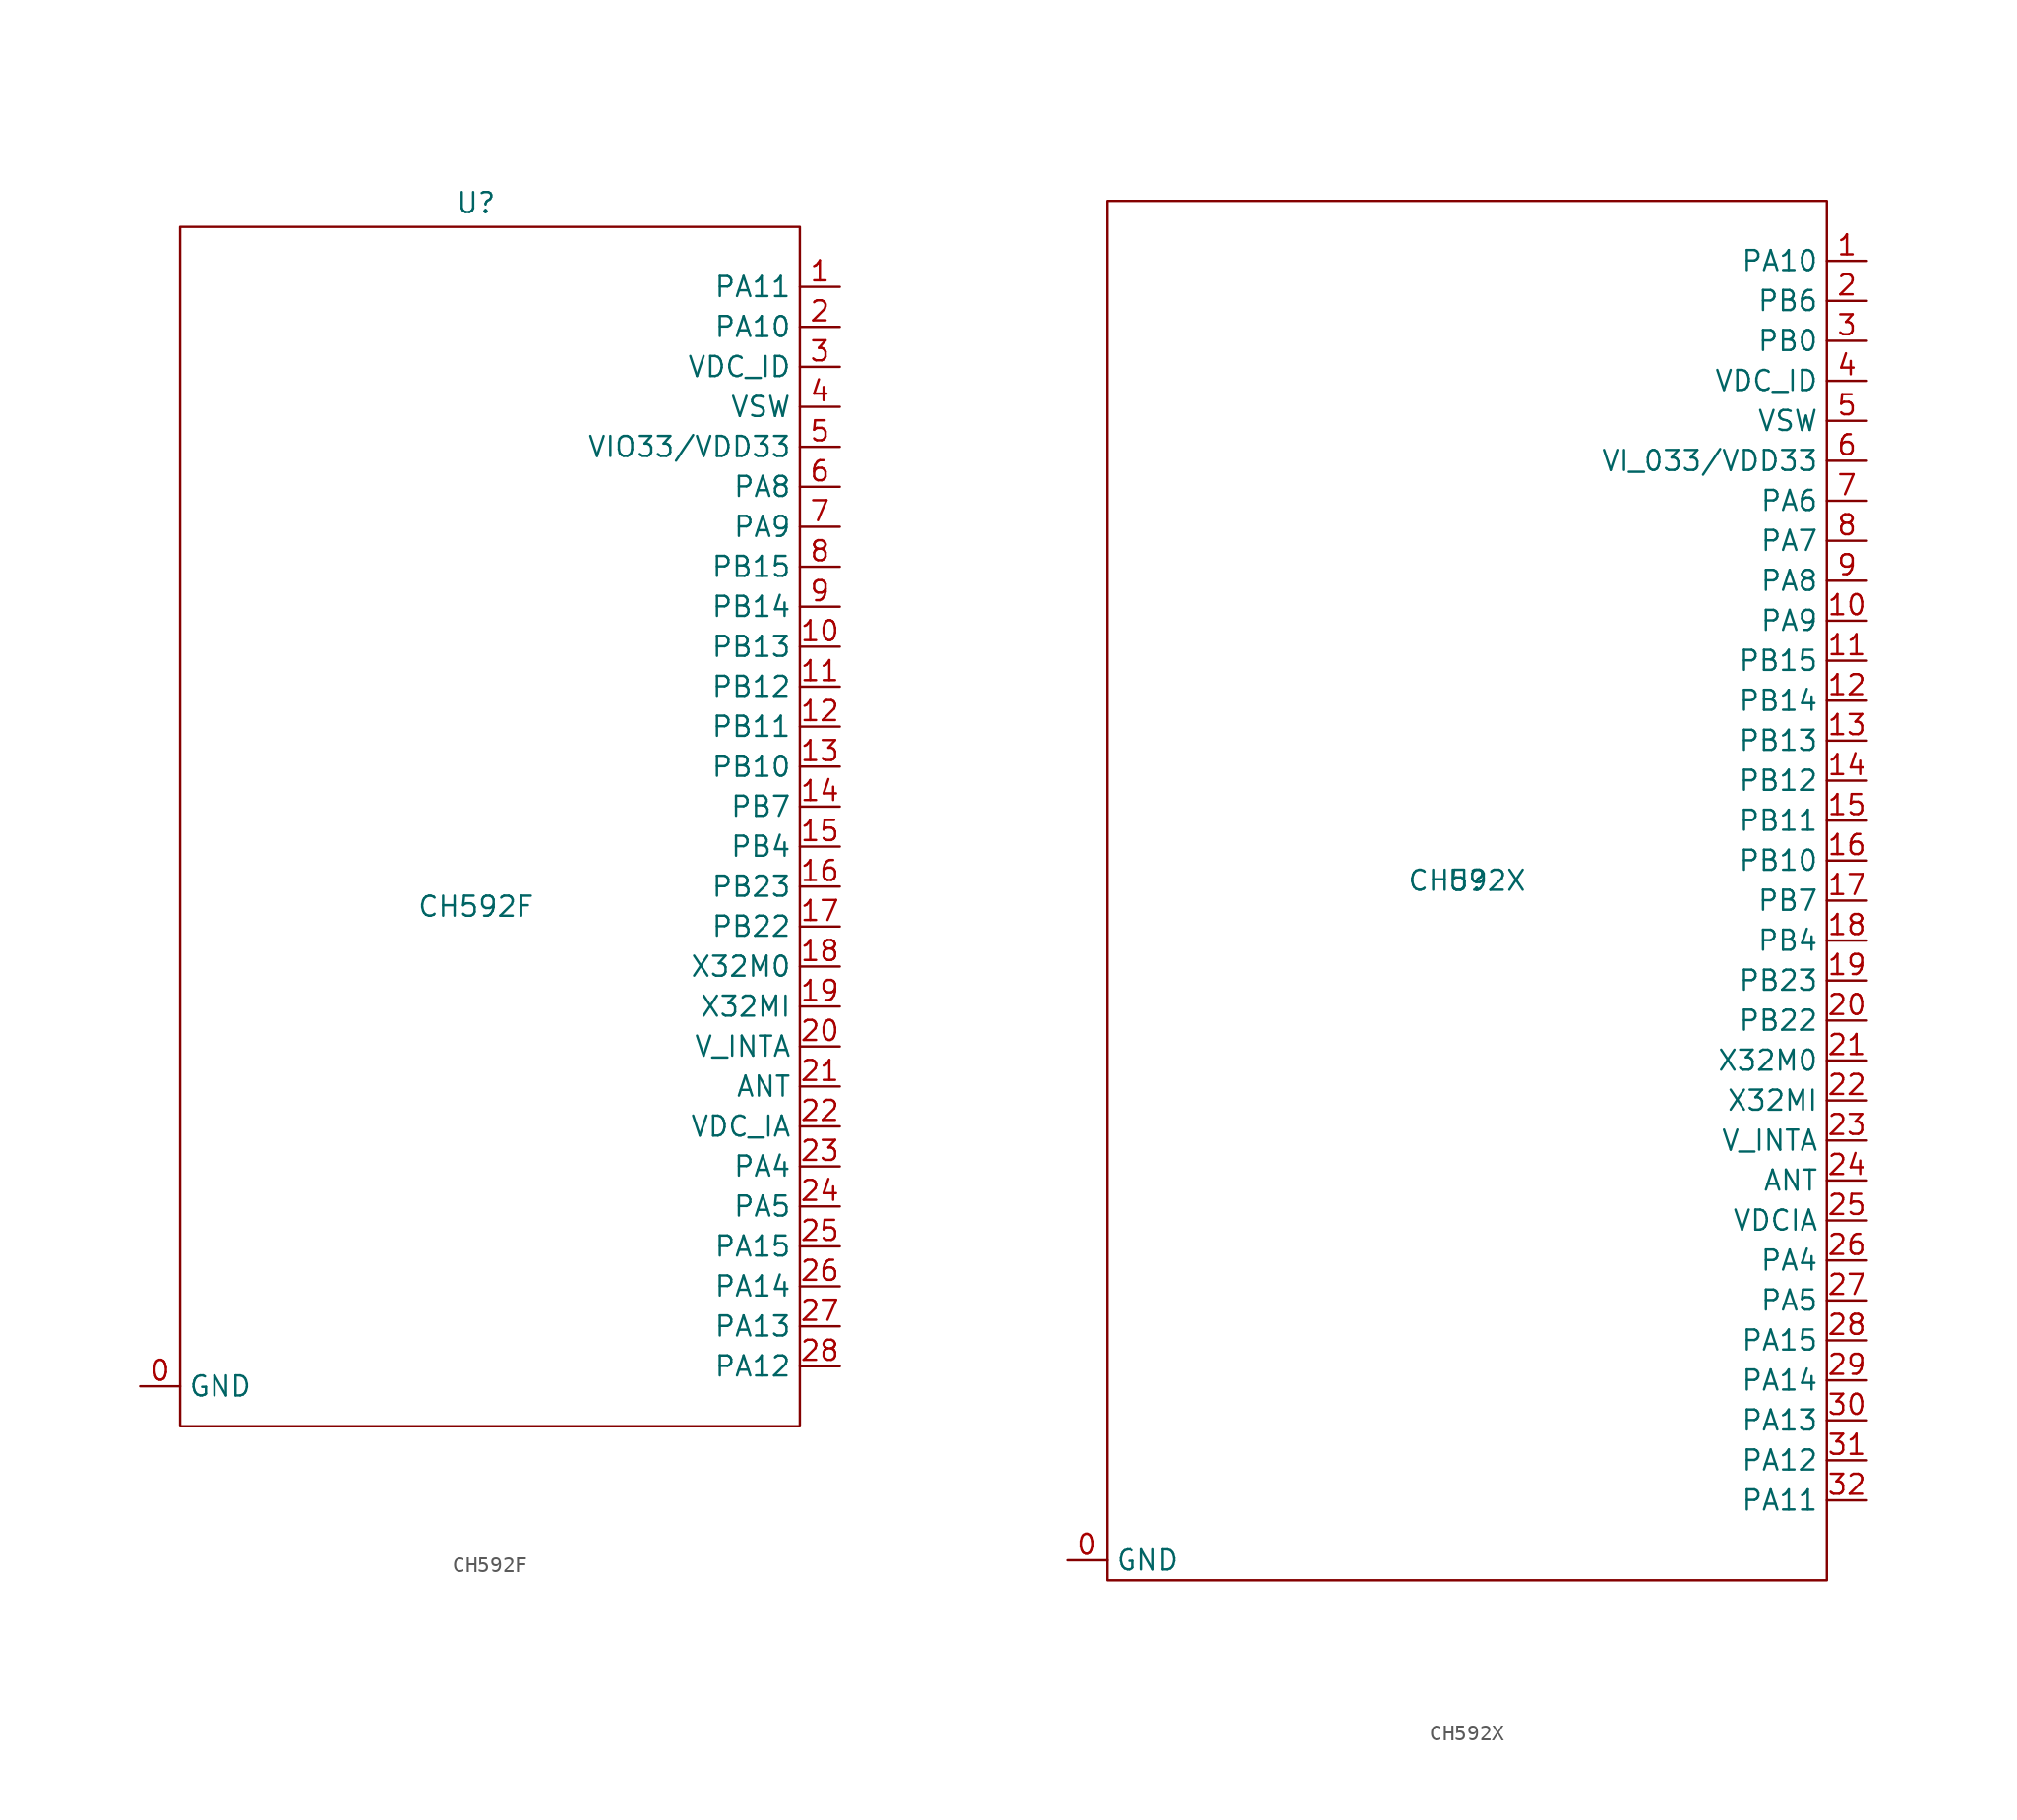
<source format=kicad_sym>
(kicad_symbol_lib
  (version 20231120)
  (generator "kicad_symbol_editor")
  (generator_version "8.0")
  (symbol "CH592F"
    (property "Reference" "U"
      (at -0.254 39.624 0)
      (effects (font (size 1.27 1.27))))
    (property "Value" "CH592F"
      (at -0.254 -5.08 0)
      (effects (font (size 1.27 1.27))))
    (symbol "CH592F_0_1"
      (rectangle (start -19.05 38.1) (end 20.32 -38.1) (stroke (width 0) (type default)) (fill (type none))))
    (symbol "CH592F_1_1"
      (pin power_in line (at -21.59 -35.56 0) (length 2.54) (name "GND" (effects (font (size 1.27 1.27)))) (number "0" (effects (font (size 1.27 1.27)))))
      (pin bidirectional line (at 22.86 34.29 180) (length 2.54) (name "PA11" (effects (font (size 1.27 1.27)))) (number "1" (effects (font (size 1.27 1.27)))) (alternate "TMR2" bidirectional line) (alternate "X32KO" output line))
      (pin bidirectional line (at 22.86 11.43 180) (length 2.54) (name "PB13" (effects (font (size 1.27 1.27)))) (number "10" (effects (font (size 1.27 1.27)))) (alternate "DCD_" bidirectional line) (alternate "SCK0_" bidirectional line) (alternate "TXD1_" output line))
      (pin bidirectional line (at 22.86 8.89 180) (length 2.54) (name "PB12" (effects (font (size 1.27 1.27)))) (number "11" (effects (font (size 1.27 1.27)))) (alternate "RI_" input line) (alternate "RXD1_" input line) (alternate "SCS_" bidirectional line))
      (pin bidirectional line (at 22.86 6.35 180) (length 2.54) (name "PB11" (effects (font (size 1.27 1.27)))) (number "12" (effects (font (size 1.27 1.27)))) (alternate "TMR2_" bidirectional line) (alternate "UD+" bidirectional line))
      (pin bidirectional line (at 22.86 3.81 180) (length 2.54) (name "PB10" (effects (font (size 1.27 1.27)))) (number "13" (effects (font (size 1.27 1.27)))) (alternate "TMR1_" bidirectional line) (alternate "UD-" bidirectional line))
      (pin bidirectional line (at 22.86 1.27 180) (length 2.54) (name "PB7" (effects (font (size 1.27 1.27)))) (number "14" (effects (font (size 1.27 1.27)))) (alternate "PWM9" output line) (alternate "TXD0" output line))
      (pin bidirectional line (at 22.86 -1.27 180) (length 2.54) (name "PB4" (effects (font (size 1.27 1.27)))) (number "15" (effects (font (size 1.27 1.27)))) (alternate "PWM7" output line) (alternate "RXD0" input line))
      (pin bidirectional line (at 22.86 -3.81 180) (length 2.54) (name "PB23" (effects (font (size 1.27 1.27)))) (number "16" (effects (font (size 1.27 1.27)))) (alternate "PWM11" output line) (alternate "RST" input line) (alternate "TMR0_" bidirectional line) (alternate "TXD2" output line))
      (pin bidirectional line (at 22.86 -6.35 180) (length 2.54) (name "PB22" (effects (font (size 1.27 1.27)))) (number "17" (effects (font (size 1.27 1.27)))) (alternate "RXD2" input line) (alternate "TMR3" bidirectional line))
      (pin bidirectional line (at 22.86 -8.89 180) (length 2.54) (name "X32M0" (effects (font (size 1.27 1.27)))) (number "18" (effects (font (size 1.27 1.27)))))
      (pin bidirectional line (at 22.86 -11.43 180) (length 2.54) (name "X32MI" (effects (font (size 1.27 1.27)))) (number "19" (effects (font (size 1.27 1.27)))))
      (pin bidirectional line (at 22.86 31.75 180) (length 2.54) (name "PA10" (effects (font (size 1.27 1.27)))) (number "2" (effects (font (size 1.27 1.27)))) (alternate "TRM1" bidirectional line) (alternate "X32KI" input line))
      (pin bidirectional line (at 22.86 -13.97 180) (length 2.54) (name "V_INTA" (effects (font (size 1.27 1.27)))) (number "20" (effects (font (size 1.27 1.27)))))
      (pin bidirectional line (at 22.86 -16.51 180) (length 2.54) (name "ANT" (effects (font (size 1.27 1.27)))) (number "21" (effects (font (size 1.27 1.27)))))
      (pin bidirectional line (at 22.86 -19.05 180) (length 2.54) (name "VDC_IA" (effects (font (size 1.27 1.27)))) (number "22" (effects (font (size 1.27 1.27)))))
      (pin bidirectional line (at 22.86 -21.59 180) (length 2.54) (name "PA4" (effects (font (size 1.27 1.27)))) (number "23" (effects (font (size 1.27 1.27)))) (alternate "AIN0" input line) (alternate "RXD3" input line))
      (pin bidirectional line (at 22.86 -24.13 180) (length 2.54) (name "PA5" (effects (font (size 1.27 1.27)))) (number "24" (effects (font (size 1.27 1.27)))) (alternate "AIN1" input line) (alternate "TXD3" output line))
      (pin bidirectional line (at 22.86 -26.67 180) (length 2.54) (name "PA15" (effects (font (size 1.27 1.27)))) (number "25" (effects (font (size 1.27 1.27)))) (alternate "AIN5" input line) (alternate "MISO" input line) (alternate "RXD0_" input line))
      (pin bidirectional line (at 22.86 -29.21 180) (length 2.54) (name "PA14" (effects (font (size 1.27 1.27)))) (number "26" (effects (font (size 1.27 1.27)))) (alternate "AIN4" input line) (alternate "MOSI" output line) (alternate "TXD0_" output line))
      (pin bidirectional line (at 22.86 -31.75 180) (length 2.54) (name "PA13" (effects (font (size 1.27 1.27)))) (number "27" (effects (font (size 1.27 1.27)))) (alternate "AIN3" input line) (alternate "PWM5" output line) (alternate "SCK0" bidirectional line))
      (pin bidirectional line (at 22.86 -34.29 180) (length 2.54) (name "PA12" (effects (font (size 1.27 1.27)))) (number "28" (effects (font (size 1.27 1.27)))) (alternate "AIN2" input line) (alternate "PWM4" output line) (alternate "SCS" bidirectional line))
      (pin bidirectional line (at 22.86 29.21 180) (length 2.54) (name "VDC_ID" (effects (font (size 1.27 1.27)))) (number "3" (effects (font (size 1.27 1.27)))))
      (pin bidirectional line (at 22.86 26.67 180) (length 2.54) (name "VSW" (effects (font (size 1.27 1.27)))) (number "4" (effects (font (size 1.27 1.27)))))
      (pin power_in line (at 22.86 24.13 180) (length 2.54) (name "VIO33/VDD33" (effects (font (size 1.27 1.27)))) (number "5" (effects (font (size 1.27 1.27)))))
      (pin bidirectional line (at 22.86 21.59 180) (length 2.54) (name "PA8" (effects (font (size 1.27 1.27)))) (number "6" (effects (font (size 1.27 1.27)))) (alternate "AIN12" input line) (alternate "RXD1" input line))
      (pin bidirectional line (at 22.86 19.05 180) (length 2.54) (name "PA9" (effects (font (size 1.27 1.27)))) (number "7" (effects (font (size 1.27 1.27)))) (alternate "AIN13" input line) (alternate "TMR0" bidirectional line) (alternate "TXD1" output line))
      (pin bidirectional line (at 22.86 16.51 180) (length 2.54) (name "PB15" (effects (font (size 1.27 1.27)))) (number "8" (effects (font (size 1.27 1.27)))) (alternate "DTR" bidirectional line) (alternate "MISO_" input line) (alternate "SCL" bidirectional line) (alternate "TCK" bidirectional line))
      (pin bidirectional line (at 22.86 13.97 180) (length 2.54) (name "PB14" (effects (font (size 1.27 1.27)))) (number "9" (effects (font (size 1.27 1.27)))) (alternate "DSR" bidirectional line) (alternate "MOSI_" output line) (alternate "PWM10" output line) (alternate "SDA" bidirectional line) (alternate "TIO" bidirectional line))))
  (symbol "CH592X"
    (property "Reference" "U"
      (at 0 0 0)
      (effects (font (size 1.27 1.27))))
    (property "Value" "CH592X"
      (at 0 0 0)
      (effects (font (size 1.27 1.27))))
    (symbol "CH592X_0_1"
      (rectangle (start 22.86 43.18) (end -22.86 -44.45) (stroke (width 0) (type default)) (fill (type none))))
    (symbol "CH592X_1_1"
      (pin power_in line (at -25.4 -43.18 0) (length 2.54) (name "GND" (effects (font (size 1.27 1.27)))) (number "0" (effects (font (size 1.27 1.27)))))
      (pin bidirectional line (at 25.4 39.37 180) (length 2.54) (name "PA10" (effects (font (size 1.27 1.27)))) (number "1" (effects (font (size 1.27 1.27)))) (alternate "TMR1" bidirectional line) (alternate "X32KI" bidirectional line))
      (pin bidirectional line (at 25.4 16.51 180) (length 2.54) (name "PA9" (effects (font (size 1.27 1.27)))) (number "10" (effects (font (size 1.27 1.27)))) (alternate "AIN13" input line) (alternate "TRM0" bidirectional line) (alternate "TXD1" output line))
      (pin bidirectional line (at 25.4 13.97 180) (length 2.54) (name "PB15" (effects (font (size 1.27 1.27)))) (number "11" (effects (font (size 1.27 1.27)))) (alternate "DTR" bidirectional line) (alternate "MOSI_" input line) (alternate "SCL_" bidirectional line) (alternate "TCK" bidirectional line))
      (pin bidirectional line (at 25.4 11.43 180) (length 2.54) (name "PB14" (effects (font (size 1.27 1.27)))) (number "12" (effects (font (size 1.27 1.27)))) (alternate "DSR" bidirectional line) (alternate "MOSI_" output line) (alternate "PWM10" output line) (alternate "SDA" bidirectional line) (alternate "T_IO" bidirectional line))
      (pin bidirectional line (at 25.4 8.89 180) (length 2.54) (name "PB13" (effects (font (size 1.27 1.27)))) (number "13" (effects (font (size 1.27 1.27)))) (alternate "DCD_" bidirectional line) (alternate "SCK0_" bidirectional line) (alternate "TXD1_" output line))
      (pin bidirectional line (at 25.4 6.35 180) (length 2.54) (name "PB12" (effects (font (size 1.27 1.27)))) (number "14" (effects (font (size 1.27 1.27)))) (alternate "RI_" bidirectional line) (alternate "RXD1_" input line) (alternate "SCS_" bidirectional line))
      (pin bidirectional line (at 25.4 3.81 180) (length 2.54) (name "PB11" (effects (font (size 1.27 1.27)))) (number "15" (effects (font (size 1.27 1.27)))) (alternate "TMR2_" bidirectional line) (alternate "UD+" bidirectional line))
      (pin bidirectional line (at 25.4 1.27 180) (length 2.54) (name "PB10" (effects (font (size 1.27 1.27)))) (number "16" (effects (font (size 1.27 1.27)))) (alternate "TMR1_" bidirectional line) (alternate "UD-" bidirectional line))
      (pin bidirectional line (at 25.4 -1.27 180) (length 2.54) (name "PB7" (effects (font (size 1.27 1.27)))) (number "17" (effects (font (size 1.27 1.27)))) (alternate "PWM9" output line) (alternate "TXD0" output line))
      (pin bidirectional line (at 25.4 -3.81 180) (length 2.54) (name "PB4" (effects (font (size 1.27 1.27)))) (number "18" (effects (font (size 1.27 1.27)))) (alternate "PWM7" output line) (alternate "RXD0" input line))
      (pin bidirectional line (at 25.4 -6.35 180) (length 2.54) (name "PB23" (effects (font (size 1.27 1.27)))) (number "19" (effects (font (size 1.27 1.27)))) (alternate "PWM11" output line) (alternate "RST" input line) (alternate "TMR0_" bidirectional line) (alternate "TXD2" output line))
      (pin bidirectional line (at 25.4 36.83 180) (length 2.54) (name "PB6" (effects (font (size 1.27 1.27)))) (number "2" (effects (font (size 1.27 1.27)))) (alternate "AIN9" input line) (alternate "PWM8" output line) (alternate "RTS" bidirectional line))
      (pin bidirectional line (at 25.4 -8.89 180) (length 2.54) (name "PB22" (effects (font (size 1.27 1.27)))) (number "20" (effects (font (size 1.27 1.27)))) (alternate "RXD2" input line) (alternate "TMR3" bidirectional line))
      (pin bidirectional line (at 25.4 -11.43 180) (length 2.54) (name "X32M0" (effects (font (size 1.27 1.27)))) (number "21" (effects (font (size 1.27 1.27)))))
      (pin bidirectional line (at 25.4 -13.97 180) (length 2.54) (name "X32MI" (effects (font (size 1.27 1.27)))) (number "22" (effects (font (size 1.27 1.27)))))
      (pin power_in line (at 25.4 -16.51 180) (length 2.54) (name "V_INTA" (effects (font (size 1.27 1.27)))) (number "23" (effects (font (size 1.27 1.27)))))
      (pin bidirectional line (at 25.4 -19.05 180) (length 2.54) (name "ANT" (effects (font (size 1.27 1.27)))) (number "24" (effects (font (size 1.27 1.27)))))
      (pin bidirectional line (at 25.4 -21.59 180) (length 2.54) (name "VDCIA" (effects (font (size 1.27 1.27)))) (number "25" (effects (font (size 1.27 1.27)))))
      (pin bidirectional line (at 25.4 -24.13 180) (length 2.54) (name "PA4" (effects (font (size 1.27 1.27)))) (number "26" (effects (font (size 1.27 1.27)))) (alternate "AIN0" input line) (alternate "RXD3" input line))
      (pin bidirectional line (at 25.4 -26.67 180) (length 2.54) (name "PA5" (effects (font (size 1.27 1.27)))) (number "27" (effects (font (size 1.27 1.27)))) (alternate "AIN1" input line) (alternate "TXD3" output line))
      (pin bidirectional line (at 25.4 -29.21 180) (length 2.54) (name "PA15" (effects (font (size 1.27 1.27)))) (number "28" (effects (font (size 1.27 1.27)))) (alternate "AIN5" input line) (alternate "MISO" input line) (alternate "RXD0_" input line))
      (pin bidirectional line (at 25.4 -31.75 180) (length 2.54) (name "PA14" (effects (font (size 1.27 1.27)))) (number "29" (effects (font (size 1.27 1.27)))) (alternate "AIN4" input line) (alternate "MOSI" output line) (alternate "TXD0_" output line))
      (pin bidirectional line (at 25.4 34.29 180) (length 2.54) (name "PB0" (effects (font (size 1.27 1.27)))) (number "3" (effects (font (size 1.27 1.27)))) (alternate "AIN8" input line) (alternate "CTS" bidirectional line) (alternate "PWM6" output line))
      (pin bidirectional line (at 25.4 -34.29 180) (length 2.54) (name "PA13" (effects (font (size 1.27 1.27)))) (number "30" (effects (font (size 1.27 1.27)))) (alternate "AIN3" input line) (alternate "PWM5" output line) (alternate "SCK0" bidirectional line))
      (pin bidirectional line (at 25.4 -36.83 180) (length 2.54) (name "PA12" (effects (font (size 1.27 1.27)))) (number "31" (effects (font (size 1.27 1.27)))) (alternate "AIN2" input line) (alternate "PWM4" output line) (alternate "SCS" bidirectional line))
      (pin bidirectional line (at 25.4 -39.37 180) (length 2.54) (name "PA11" (effects (font (size 1.27 1.27)))) (number "32" (effects (font (size 1.27 1.27)))) (alternate "TMR2" bidirectional line) (alternate "X32K0" bidirectional line))
      (pin bidirectional line (at 25.4 31.75 180) (length 2.54) (name "VDC_ID" (effects (font (size 1.27 1.27)))) (number "4" (effects (font (size 1.27 1.27)))))
      (pin bidirectional line (at 25.4 29.21 180) (length 2.54) (name "VSW" (effects (font (size 1.27 1.27)))) (number "5" (effects (font (size 1.27 1.27)))))
      (pin power_in line (at 25.4 26.67 180) (length 2.54) (name "VI_033/VDD33" (effects (font (size 1.27 1.27)))) (number "6" (effects (font (size 1.27 1.27)))))
      (pin bidirectional line (at 25.4 24.13 180) (length 2.54) (name "PA6" (effects (font (size 1.27 1.27)))) (number "7" (effects (font (size 1.27 1.27)))) (alternate "ADC10" input line) (alternate "PWM4_" output line) (alternate "RI" bidirectional line) (alternate "RXD2_" input line))
      (pin bidirectional line (at 25.4 21.59 180) (length 2.54) (name "PA7" (effects (font (size 1.27 1.27)))) (number "8" (effects (font (size 1.27 1.27)))) (alternate "ADC11" input line) (alternate "DC_D" bidirectional line) (alternate "PWM5_" output line) (alternate "TXD2_" output line))
      (pin bidirectional line (at 25.4 19.05 180) (length 2.54) (name "PA8" (effects (font (size 1.27 1.27)))) (number "9" (effects (font (size 1.27 1.27)))) (alternate "AIN13" input line) (alternate "RXD1" input line)))))
</source>
